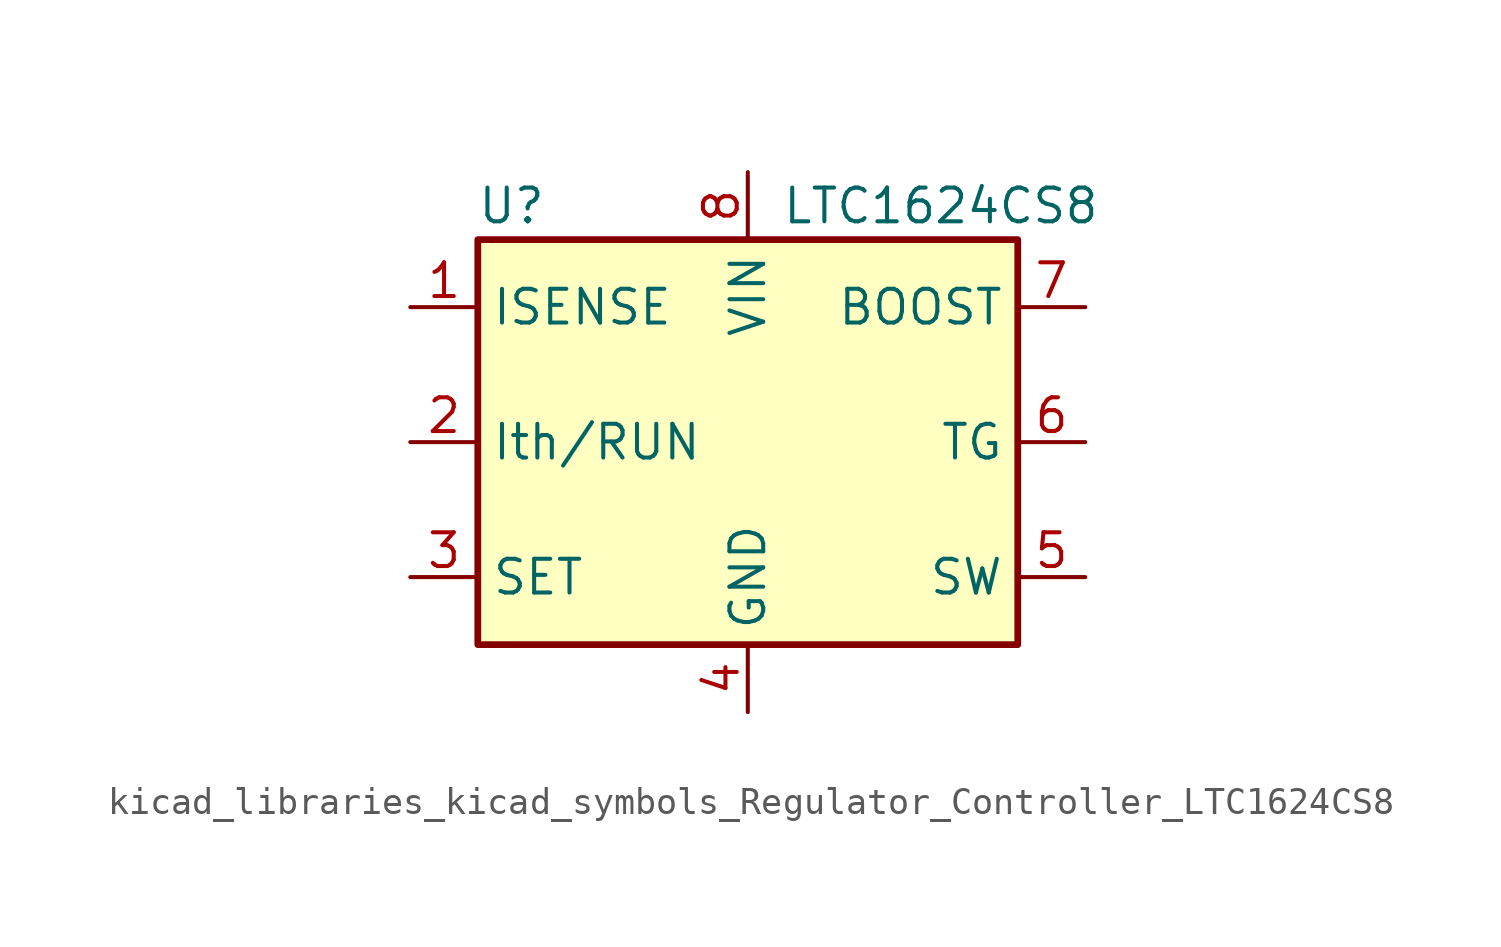
<source format=kicad_sym>
(kicad_symbol_lib
  (version 20220914)
  (generator kicad_symbol_editor)
  (symbol "kicad_libraries_kicad_symbols_Regulator_Controller_LTC1624CS8"
    (property "Reference" "U"
      (at -8.89 8.89 0)
      (effects (font (size 1.27 1.27))))
    (property "Value" "LTC1624CS8"
      (at 1.27 8.89 0)
      (effects (font (size 1.27 1.27)) (justify left)))
    (symbol "kicad_libraries_kicad_symbols_Regulator_Controller_LTC1624CS8_0_1"
      (rectangle (start -10.16 -7.62) (end 10.16 7.62) (stroke (width 0.254) (type default)) (fill (type background))))
    (symbol "kicad_libraries_kicad_symbols_Regulator_Controller_LTC1624CS8_1_1"
      (pin input line (at -12.7 5.08 0) (length 2.54) (name "ISENSE" (effects (font (size 1.27 1.27)))) (number "1" (effects (font (size 1.27 1.27)))))
      (pin input line (at -12.7 0 0) (length 2.54) (name "Ith/RUN" (effects (font (size 1.27 1.27)))) (number "2" (effects (font (size 1.27 1.27)))))
      (pin input line (at -12.7 -5.08 0) (length 2.54) (name "SET" (effects (font (size 1.27 1.27)))) (number "3" (effects (font (size 1.27 1.27)))))
      (pin power_in line (at 0 -10.16 90) (length 2.54) (name "GND" (effects (font (size 1.27 1.27)))) (number "4" (effects (font (size 1.27 1.27)))))
      (pin input line (at 12.7 -5.08 180) (length 2.54) (name "SW" (effects (font (size 1.27 1.27)))) (number "5" (effects (font (size 1.27 1.27)))))
      (pin open_collector line (at 12.7 0 180) (length 2.54) (name "TG" (effects (font (size 1.27 1.27)))) (number "6" (effects (font (size 1.27 1.27)))))
      (pin output line (at 12.7 5.08 180) (length 2.54) (name "BOOST" (effects (font (size 1.27 1.27)))) (number "7" (effects (font (size 1.27 1.27)))))
      (pin power_in line (at 0 10.16 270) (length 2.54) (name "VIN" (effects (font (size 1.27 1.27)))) (number "8" (effects (font (size 1.27 1.27))))))))
</source>
